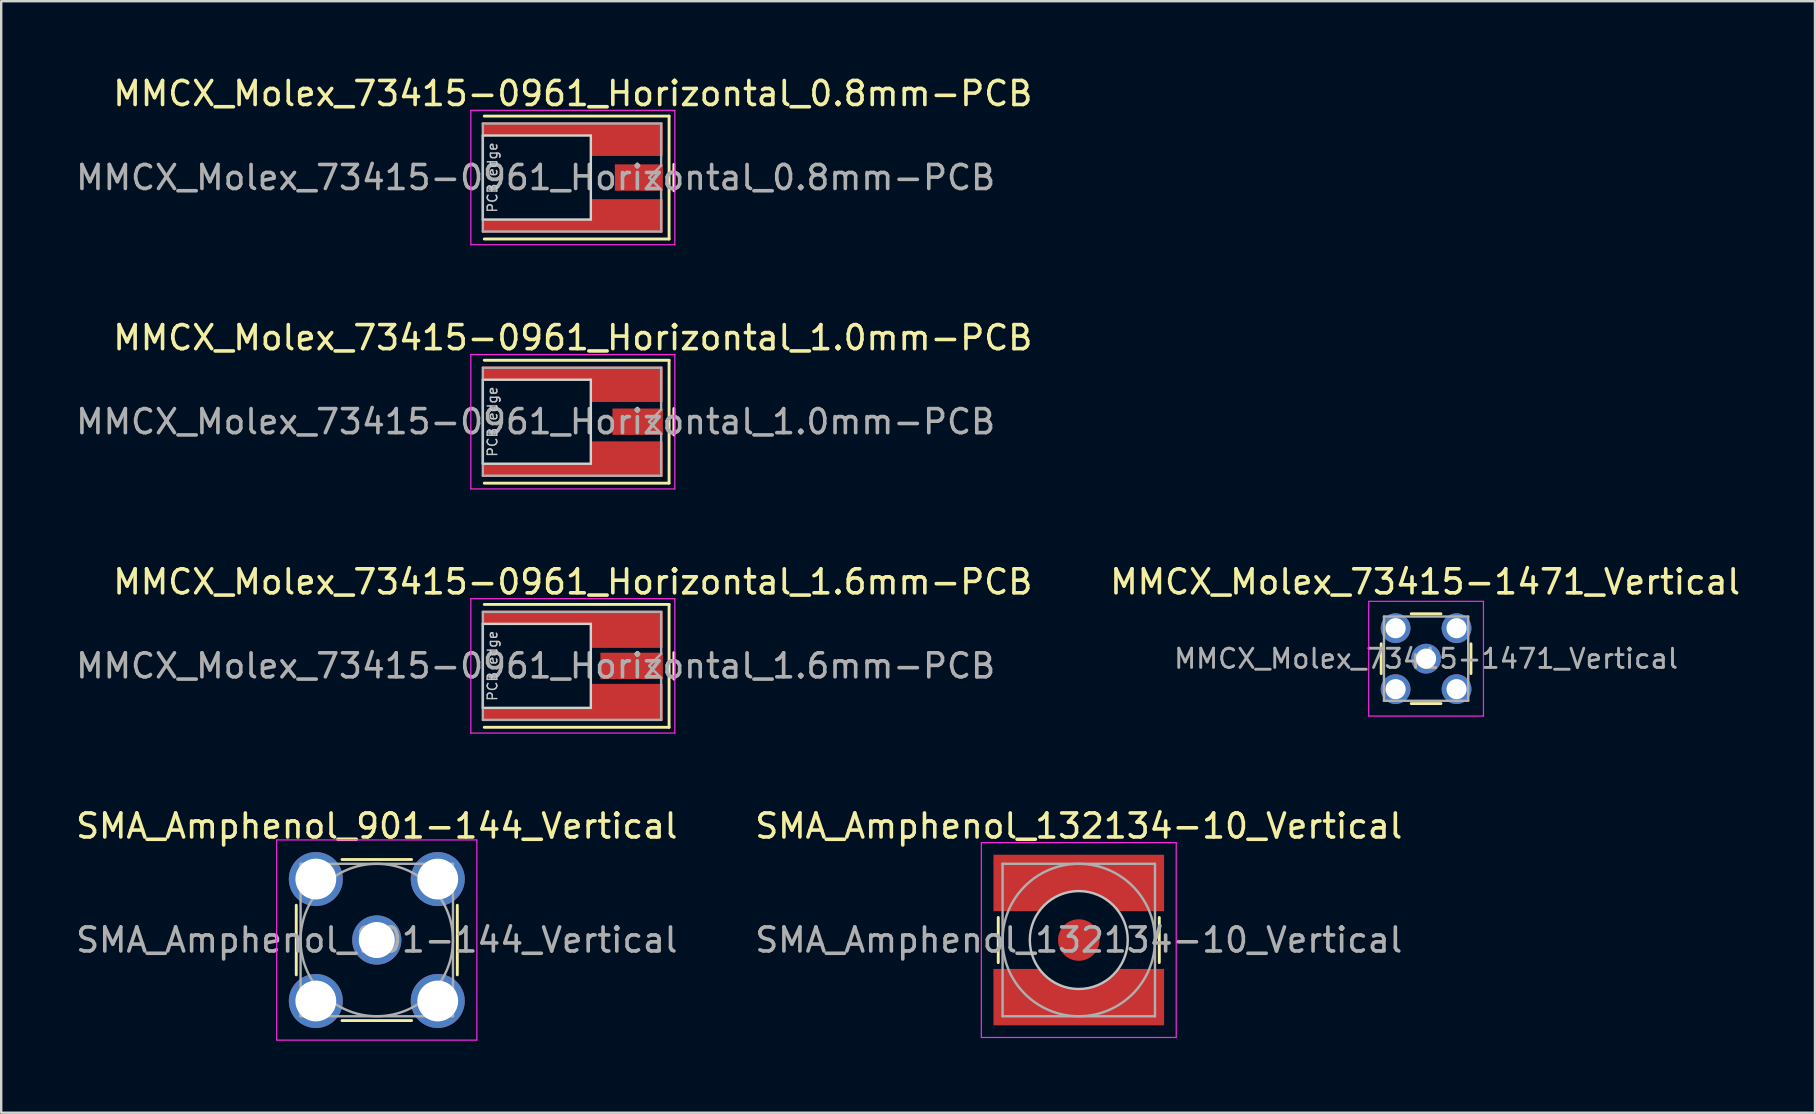
<source format=kicad_pcb>
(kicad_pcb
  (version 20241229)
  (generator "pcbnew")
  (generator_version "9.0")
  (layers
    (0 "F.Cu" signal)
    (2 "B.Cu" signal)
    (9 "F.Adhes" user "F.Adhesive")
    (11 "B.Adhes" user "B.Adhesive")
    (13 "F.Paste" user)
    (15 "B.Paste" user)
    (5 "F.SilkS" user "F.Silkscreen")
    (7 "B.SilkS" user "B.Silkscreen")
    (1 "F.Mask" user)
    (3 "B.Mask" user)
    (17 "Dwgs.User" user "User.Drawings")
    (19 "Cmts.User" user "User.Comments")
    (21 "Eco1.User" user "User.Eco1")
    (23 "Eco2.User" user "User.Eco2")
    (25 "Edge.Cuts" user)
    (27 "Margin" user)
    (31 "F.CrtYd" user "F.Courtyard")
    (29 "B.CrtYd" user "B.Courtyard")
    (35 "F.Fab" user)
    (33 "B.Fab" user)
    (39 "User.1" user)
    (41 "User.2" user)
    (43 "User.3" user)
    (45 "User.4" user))
  (footprint "MMCX_Molex_73415-0961_Horizontal_1.6mm-PCB"
    (layer "F.Cu")
    (at 20.818 24.695)
    (property "Reference" "MMCX_Molex_73415-0961_Horizontal_1.6mm-PCB" (at 0 -3.5 0) (layer "F.SilkS") (effects (font (size 1 1) (thickness 0.15))))
    (attr smd)
    (fp_line (start -3.69 -2.56) (end 4.01 -2.56) (stroke (width 0.12) (type solid)) (layer "F.SilkS"))
    (fp_line (start -3.69 2.56) (end 4.01 2.56) (stroke (width 0.12) (type solid)) (layer "F.SilkS"))
    (fp_line (start 4.01 2.56) (end 4.01 -2.56) (stroke (width 0.12) (type solid)) (layer "F.SilkS"))
    (fp_line (start 4.21 -0.55) (end 4.21 0.55) (stroke (width 0.12) (type solid)) (layer "F.SilkS"))
    (fp_line (start -3.75 1.75) (end -3.75 -1.75) (stroke (width 0.1) (type solid)) (layer "Dwgs.User"))
    (fp_line (start -3.75 1.75) (end 0.75 1.75) (stroke (width 0.1) (type solid)) (layer "Edge.Cuts"))
    (fp_line (start 0.75 -1.75) (end -3.75 -1.75) (stroke (width 0.1) (type solid)) (layer "Edge.Cuts"))
    (fp_line (start 0.75 1.75) (end 0.75 -1.75) (stroke (width 0.1) (type solid)) (layer "Edge.Cuts"))
    (fp_line (start -4.25 -2.8) (end -4.25 2.8) (stroke (width 0.05) (type solid)) (layer "F.CrtYd"))
    (fp_line (start -4.25 -2.8) (end 4.25 -2.8) (stroke (width 0.05) (type solid)) (layer "F.CrtYd"))
    (fp_line (start -4.25 2.8) (end 4.25 2.8) (stroke (width 0.05) (type solid)) (layer "F.CrtYd"))
    (fp_line (start 4.25 -2.8) (end 4.25 2.8) (stroke (width 0.05) (type solid)) (layer "F.CrtYd"))
    (fp_line (start -3.75 -2.25) (end -3.75 2.25) (stroke (width 0.1) (type solid)) (layer "F.Fab"))
    (fp_line (start -3.75 -2.25) (end 3.68 -2.25) (stroke (width 0.1) (type solid)) (layer "F.Fab"))
    (fp_line (start -3.75 2.25) (end 3.68 2.25) (stroke (width 0.1) (type solid)) (layer "F.Fab"))
    (fp_line (start 3.18 0) (end 3.68 -0.5) (stroke (width 0.1) (type solid)) (layer "F.Fab"))
    (fp_line (start 3.18 0) (end 3.68 0.5) (stroke (width 0.1) (type solid)) (layer "F.Fab"))
    (fp_line (start 3.68 -0.5) (end 3.68 -2.25) (stroke (width 0.1) (type solid)) (layer "F.Fab"))
    (fp_line (start 3.68 2.25) (end 3.68 0.5) (stroke (width 0.1) (type solid)) (layer "F.Fab"))
    (fp_text user "PCB edge" (at -3.35 0 90) (layer "Dwgs.User") (effects (font (size 0.4 0.4) (thickness 0.06))))
    (fp_text user "${REFERENCE}" (at -1.55 0 0) (layer "F.Fab") (effects (font (size 1 1) (thickness 0.15))))
    (pad "1" smd rect (at 2.45 0) (size 2.6 1.1) (layers "F.Cu" "F.Mask" "F.Paste"))
    (pad "2" smd custom (at 2.25 -1.525) (size 3 1.55) (layers "F.Cu" "F.Mask" "F.Paste") (options (anchor rect)) (primitives (gr_poly (pts (xy -1.5 -0.225) (xy -6 -0.225) (xy -6 -0.775) (xy -1.5 -0.775)) (width 0) (fill yes))))
    (pad "2" smd custom (at 2.25 1.525) (size 3 1.55) (layers "F.Cu" "F.Mask" "F.Paste") (options (anchor rect)) (primitives (gr_poly (pts (xy -1.5 0.775) (xy -6 0.775) (xy -6 0.225) (xy -1.5 0.225)) (width 0) (fill yes)))))
  (footprint "MMCX_Molex_73415-0961_Horizontal_0.8mm-PCB"
    (layer "F.Cu")
    (at 20.818 4.348)
    (property "Reference" "MMCX_Molex_73415-0961_Horizontal_0.8mm-PCB" (at 0 -3.5 0) (layer "F.SilkS") (effects (font (size 1 1) (thickness 0.15))))
    (attr smd)
    (fp_line (start -3.69 -2.56) (end 4.01 -2.56) (stroke (width 0.12) (type solid)) (layer "F.SilkS"))
    (fp_line (start -3.69 2.56) (end 4.01 2.56) (stroke (width 0.12) (type solid)) (layer "F.SilkS"))
    (fp_line (start 4.01 2.56) (end 4.01 -2.56) (stroke (width 0.12) (type solid)) (layer "F.SilkS"))
    (fp_line (start 4.21 -0.55) (end 4.21 0.55) (stroke (width 0.12) (type solid)) (layer "F.SilkS"))
    (fp_line (start -3.75 1.75) (end -3.75 -1.75) (stroke (width 0.1) (type solid)) (layer "Dwgs.User"))
    (fp_line (start -3.75 1.75) (end 0.75 1.75) (stroke (width 0.1) (type solid)) (layer "Edge.Cuts"))
    (fp_line (start 0.75 -1.75) (end -3.75 -1.75) (stroke (width 0.1) (type solid)) (layer "Edge.Cuts"))
    (fp_line (start 0.75 1.75) (end 0.75 -1.75) (stroke (width 0.1) (type solid)) (layer "Edge.Cuts"))
    (fp_line (start -4.25 -2.8) (end -4.25 2.8) (stroke (width 0.05) (type solid)) (layer "F.CrtYd"))
    (fp_line (start -4.25 -2.8) (end 4.25 -2.8) (stroke (width 0.05) (type solid)) (layer "F.CrtYd"))
    (fp_line (start -4.25 2.8) (end 4.25 2.8) (stroke (width 0.05) (type solid)) (layer "F.CrtYd"))
    (fp_line (start 4.25 -2.8) (end 4.25 2.8) (stroke (width 0.05) (type solid)) (layer "F.CrtYd"))
    (fp_line (start -3.75 -2.25) (end -3.75 2.25) (stroke (width 0.1) (type solid)) (layer "F.Fab"))
    (fp_line (start -3.75 -2.25) (end 3.68 -2.25) (stroke (width 0.1) (type solid)) (layer "F.Fab"))
    (fp_line (start -3.75 2.25) (end 3.68 2.25) (stroke (width 0.1) (type solid)) (layer "F.Fab"))
    (fp_line (start 3.18 0) (end 3.68 -0.5) (stroke (width 0.1) (type solid)) (layer "F.Fab"))
    (fp_line (start 3.18 0) (end 3.68 0.5) (stroke (width 0.1) (type solid)) (layer "F.Fab"))
    (fp_line (start 3.68 -0.5) (end 3.68 -2.25) (stroke (width 0.1) (type solid)) (layer "F.Fab"))
    (fp_line (start 3.68 2.25) (end 3.68 0.5) (stroke (width 0.1) (type solid)) (layer "F.Fab"))
    (fp_text user "PCB edge" (at -3.35 0 90) (layer "Dwgs.User") (effects (font (size 0.4 0.4) (thickness 0.06))))
    (fp_text user "${REFERENCE}" (at -1.55 0 0) (layer "F.Fab") (effects (font (size 1 1) (thickness 0.15))))
    (pad "1" smd rect (at 2.75 0) (size 2 1.1) (layers "F.Cu" "F.Mask" "F.Paste"))
    (pad "2" smd custom (at 2.25 -1.6) (size 3 1.4) (layers "F.Cu" "F.Mask" "F.Paste") (options (anchor rect)) (primitives (gr_poly (pts (xy -1.5 -0.15) (xy -6 -0.15) (xy -6 -0.7) (xy -1.5 -0.7)) (width 0) (fill yes))))
    (pad "2" smd custom (at 2.25 1.6) (size 3 1.4) (layers "F.Cu" "F.Mask" "F.Paste") (options (anchor rect)) (primitives (gr_poly (pts (xy -1.5 0.7) (xy -6 0.7) (xy -6 0.15) (xy -1.5 0.15)) (width 0) (fill yes)))))
  (footprint "SMA_Amphenol_901-144_Vertical"
    (layer "F.Cu")
    (at 12.649 36.118)
    (property "Reference" "SMA_Amphenol_901-144_Vertical" (at 0 -4.75 0) (layer "F.SilkS") (effects (font (size 1 1) (thickness 0.15))))
    (attr through_hole)
    (fp_line (start -3.355 -1.45) (end -3.355 1.45) (stroke (width 0.12) (type solid)) (layer "F.SilkS"))
    (fp_line (start -1.45 -3.355) (end 1.45 -3.355) (stroke (width 0.12) (type solid)) (layer "F.SilkS"))
    (fp_line (start -1.45 3.355) (end 1.45 3.355) (stroke (width 0.12) (type solid)) (layer "F.SilkS"))
    (fp_line (start 3.355 -1.45) (end 3.355 1.45) (stroke (width 0.12) (type solid)) (layer "F.SilkS"))
    (fp_line (start -4.17 -4.17) (end -4.17 4.17) (stroke (width 0.05) (type solid)) (layer "F.CrtYd"))
    (fp_line (start -4.17 -4.17) (end 4.17 -4.17) (stroke (width 0.05) (type solid)) (layer "F.CrtYd"))
    (fp_line (start 4.17 4.17) (end -4.17 4.17) (stroke (width 0.05) (type solid)) (layer "F.CrtYd"))
    (fp_line (start 4.17 4.17) (end 4.17 -4.17) (stroke (width 0.05) (type solid)) (layer "F.CrtYd"))
    (fp_line (start -3.175 -3.175) (end -3.175 3.175) (stroke (width 0.1) (type solid)) (layer "F.Fab"))
    (fp_line (start -3.175 -3.175) (end 3.175 -3.175) (stroke (width 0.1) (type solid)) (layer "F.Fab"))
    (fp_line (start -3.175 3.175) (end 3.175 3.175) (stroke (width 0.1) (type solid)) (layer "F.Fab"))
    (fp_line (start 3.175 -3.175) (end 3.175 3.175) (stroke (width 0.1) (type solid)) (layer "F.Fab"))
    (fp_circle (center 0 0) (end 3.175 0) (stroke (width 0.1) (type solid)) (fill no) (layer "F.Fab"))
    (fp_text user "${REFERENCE}" (at 0 0 0) (layer "F.Fab") (effects (font (size 1 1) (thickness 0.15))))
    (pad "1" thru_hole circle (at 0 0) (size 2.05 2.05) (drill 1.5) (layers "*.Cu" "*.Mask"))
    (pad "2" thru_hole circle (at -2.54 -2.54) (size 2.25 2.25) (drill 1.7) (layers "*.Cu" "*.Mask"))
    (pad "2" thru_hole circle (at -2.54 2.54) (size 2.25 2.25) (drill 1.7) (layers "*.Cu" "*.Mask"))
    (pad "2" thru_hole circle (at 2.54 -2.54) (size 2.25 2.25) (drill 1.7) (layers "*.Cu" "*.Mask"))
    (pad "2" thru_hole circle (at 2.54 2.54) (size 2.25 2.25) (drill 1.7) (layers "*.Cu" "*.Mask")))
  (footprint "SMA_Amphenol_132134-10_Vertical"
    (layer "F.Cu")
    (at 41.899 36.118)
    (property "Reference" "SMA_Amphenol_132134-10_Vertical" (at 0 -4.75 0) (layer "F.SilkS") (effects (font (size 1 1) (thickness 0.15))))
    (attr smd)
    (fp_line (start -3.355 -0.94) (end -3.355 0.94) (stroke (width 0.12) (type solid)) (layer "F.SilkS"))
    (fp_line (start 3.355 -0.94) (end 3.355 0.94) (stroke (width 0.12) (type solid)) (layer "F.SilkS"))
    (fp_circle (center 0 0) (end 2.04 0) (stroke (width 0.1) (type solid)) (fill no) (layer "Dwgs.User"))
    (fp_line (start -4.06 -4.06) (end -4.06 4.06) (stroke (width 0.05) (type solid)) (layer "F.CrtYd"))
    (fp_line (start -4.06 -4.06) (end 4.06 -4.06) (stroke (width 0.05) (type solid)) (layer "F.CrtYd"))
    (fp_line (start 4.06 4.06) (end -4.06 4.06) (stroke (width 0.05) (type solid)) (layer "F.CrtYd"))
    (fp_line (start 4.06 4.06) (end 4.06 -4.06) (stroke (width 0.05) (type solid)) (layer "F.CrtYd"))
    (fp_line (start -3.175 -3.175) (end -3.175 3.175) (stroke (width 0.1) (type solid)) (layer "F.Fab"))
    (fp_line (start -3.175 -3.175) (end 3.175 -3.175) (stroke (width 0.1) (type solid)) (layer "F.Fab"))
    (fp_line (start -3.175 3.175) (end 3.175 3.175) (stroke (width 0.1) (type solid)) (layer "F.Fab"))
    (fp_line (start 3.175 -3.175) (end 3.175 3.175) (stroke (width 0.1) (type solid)) (layer "F.Fab"))
    (fp_circle (center 0 0) (end 3.175 0) (stroke (width 0.1) (type solid)) (fill no) (layer "F.Fab"))
    (fp_text user "${REFERENCE}" (at 0 0 0) (layer "F.Fab") (effects (font (size 1 1) (thickness 0.15))))
    (pad "1" smd circle (at 0 0 90) (size 1.73 1.73) (layers "F.Cu" "F.Mask" "F.Paste"))
    (pad "2" smd custom (at 0 -2.8 180) (size 7.11 1.51) (layers "F.Cu" "F.Mask" "F.Paste") (options (anchor rect)) (primitives (gr_poly (pts (xy -1.5 -1.42) (xy -1.36 -1.28) (xy -1.205 -1.155) (xy -1.035 -1.045) (xy -0.86 -0.95) (xy -0.675 -0.875) (xy -0.48 -0.82) (xy -0.28 -0.78) (xy -0.085 -0.765) (xy 0 -0.765) (xy 0 0.755) (xy -3.555 0.755) (xy -3.555 -1.595) (xy -1.645 -1.595)) (width 0) (fill yes)) (gr_poly (pts (xy 3.555 0.755) (xy 0 0.755) (xy 0 -0.765) (xy 0.085 -0.765) (xy 0.28 -0.78) (xy 0.48 -0.82) (xy 0.675 -0.875) (xy 0.86 -0.95) (xy 1.035 -1.045) (xy 1.205 -1.155) (xy 1.36 -1.28) (xy 1.5 -1.42) (xy 1.645 -1.595) (xy 3.555 -1.595)) (width 0) (fill yes))))
    (pad "2" smd custom (at 0 2.8) (size 7.11 1.51) (layers "F.Cu" "F.Mask" "F.Paste") (options (anchor rect)) (primitives (gr_poly (pts (xy -1.5 -1.42) (xy -1.36 -1.28) (xy -1.205 -1.155) (xy -1.035 -1.045) (xy -0.86 -0.95) (xy -0.675 -0.875) (xy -0.48 -0.82) (xy -0.28 -0.78) (xy -0.085 -0.765) (xy 0 -0.765) (xy 0 0.755) (xy -3.555 0.755) (xy -3.555 -1.595) (xy -1.645 -1.595)) (width 0) (fill yes)) (gr_poly (pts (xy 3.555 0.755) (xy 0 0.755) (xy 0 -0.765) (xy 0.085 -0.765) (xy 0.28 -0.78) (xy 0.48 -0.82) (xy 0.675 -0.875) (xy 0.86 -0.95) (xy 1.035 -1.045) (xy 1.205 -1.155) (xy 1.36 -1.28) (xy 1.5 -1.42) (xy 1.645 -1.595) (xy 3.555 -1.595)) (width 0) (fill yes)))))
  (footprint "MMCX_Molex_73415-1471_Vertical"
    (layer "F.Cu")
    (at 56.37 24.395)
    (property "Reference" "MMCX_Molex_73415-1471_Vertical" (at -0.04 -3.2 0) (layer "F.SilkS") (effects (font (size 1 1) (thickness 0.15))))
    (attr through_hole)
    (fp_line (start -1.87 0.62) (end -1.87 -0.62) (stroke (width 0.12) (type solid)) (layer "F.SilkS"))
    (fp_line (start 0.62 -1.87) (end -0.62 -1.87) (stroke (width 0.12) (type solid)) (layer "F.SilkS"))
    (fp_line (start 0.62 1.87) (end -0.62 1.87) (stroke (width 0.12) (type solid)) (layer "F.SilkS"))
    (fp_line (start 1.87 0.62) (end 1.87 -0.62) (stroke (width 0.12) (type solid)) (layer "F.SilkS"))
    (fp_line (start -2.39 -2.39) (end 2.39 -2.39) (stroke (width 0.05) (type solid)) (layer "F.CrtYd"))
    (fp_line (start -2.39 2.39) (end -2.39 -2.39) (stroke (width 0.05) (type solid)) (layer "F.CrtYd"))
    (fp_line (start -2.39 2.39) (end 2.39 2.39) (stroke (width 0.05) (type solid)) (layer "F.CrtYd"))
    (fp_line (start 2.39 2.39) (end 2.39 -2.39) (stroke (width 0.05) (type solid)) (layer "F.CrtYd"))
    (fp_line (start -1.755 -1.755) (end -1.755 1.755) (stroke (width 0.1) (type solid)) (layer "F.Fab"))
    (fp_line (start -1.755 -1.755) (end 1.755 -1.755) (stroke (width 0.1) (type solid)) (layer "F.Fab"))
    (fp_line (start -1.755 1.755) (end 1.755 1.755) (stroke (width 0.1) (type solid)) (layer "F.Fab"))
    (fp_line (start 1.755 -1.755) (end 1.755 1.755) (stroke (width 0.1) (type solid)) (layer "F.Fab"))
    (fp_text user "${REFERENCE}" (at 0 0 0) (layer "F.Fab") (effects (font (size 0.8 0.8) (thickness 0.12))))
    (pad "1" thru_hole circle (at 0 0) (size 1.24 1.24) (drill 0.84) (layers "*.Cu" "*.Mask"))
    (pad "2" thru_hole circle (at -1.27 -1.27) (size 1.24 1.24) (drill 0.84) (layers "*.Cu" "*.Mask"))
    (pad "2" thru_hole circle (at -1.27 1.27) (size 1.24 1.24) (drill 0.84) (layers "*.Cu" "*.Mask"))
    (pad "2" thru_hole circle (at 1.27 -1.27) (size 1.24 1.24) (drill 0.84) (layers "*.Cu" "*.Mask"))
    (pad "2" thru_hole circle (at 1.27 1.27) (size 1.24 1.24) (drill 0.84) (layers "*.Cu" "*.Mask")))
  (footprint "MMCX_Molex_73415-0961_Horizontal_1.0mm-PCB"
    (layer "F.Cu")
    (at 20.818 14.521)
    (property "Reference" "MMCX_Molex_73415-0961_Horizontal_1.0mm-PCB" (at 0 -3.5 0) (layer "F.SilkS") (effects (font (size 1 1) (thickness 0.15))))
    (attr smd)
    (fp_line (start -3.69 -2.56) (end 4.01 -2.56) (stroke (width 0.12) (type solid)) (layer "F.SilkS"))
    (fp_line (start -3.69 2.56) (end 4.01 2.56) (stroke (width 0.12) (type solid)) (layer "F.SilkS"))
    (fp_line (start 4.01 2.56) (end 4.01 -2.56) (stroke (width 0.12) (type solid)) (layer "F.SilkS"))
    (fp_line (start 4.21 -0.55) (end 4.21 0.55) (stroke (width 0.12) (type solid)) (layer "F.SilkS"))
    (fp_line (start -3.75 1.75) (end -3.75 -1.75) (stroke (width 0.1) (type solid)) (layer "Dwgs.User"))
    (fp_line (start -3.75 1.75) (end 0.75 1.75) (stroke (width 0.1) (type solid)) (layer "Edge.Cuts"))
    (fp_line (start 0.75 -1.75) (end -3.75 -1.75) (stroke (width 0.1) (type solid)) (layer "Edge.Cuts"))
    (fp_line (start 0.75 1.75) (end 0.75 -1.75) (stroke (width 0.1) (type solid)) (layer "Edge.Cuts"))
    (fp_line (start -4.25 -2.8) (end -4.25 2.8) (stroke (width 0.05) (type solid)) (layer "F.CrtYd"))
    (fp_line (start -4.25 -2.8) (end 4.25 -2.8) (stroke (width 0.05) (type solid)) (layer "F.CrtYd"))
    (fp_line (start -4.25 2.8) (end 4.25 2.8) (stroke (width 0.05) (type solid)) (layer "F.CrtYd"))
    (fp_line (start 4.25 -2.8) (end 4.25 2.8) (stroke (width 0.05) (type solid)) (layer "F.CrtYd"))
    (fp_line (start -3.75 -2.25) (end -3.75 2.25) (stroke (width 0.1) (type solid)) (layer "F.Fab"))
    (fp_line (start -3.75 -2.25) (end 3.68 -2.25) (stroke (width 0.1) (type solid)) (layer "F.Fab"))
    (fp_line (start -3.75 2.25) (end 3.68 2.25) (stroke (width 0.1) (type solid)) (layer "F.Fab"))
    (fp_line (start 3.18 0) (end 3.68 -0.5) (stroke (width 0.1) (type solid)) (layer "F.Fab"))
    (fp_line (start 3.18 0) (end 3.68 0.5) (stroke (width 0.1) (type solid)) (layer "F.Fab"))
    (fp_line (start 3.68 -0.5) (end 3.68 -2.25) (stroke (width 0.1) (type solid)) (layer "F.Fab"))
    (fp_line (start 3.68 2.25) (end 3.68 0.5) (stroke (width 0.1) (type solid)) (layer "F.Fab"))
    (fp_text user "PCB edge" (at -3.35 0 90) (layer "Dwgs.User") (effects (font (size 0.4 0.4) (thickness 0.06))))
    (fp_text user "${REFERENCE}" (at -1.55 0 0) (layer "F.Fab") (effects (font (size 1 1) (thickness 0.15))))
    (pad "1" smd rect (at 2.7 0) (size 2.1 1.1) (layers "F.Cu" "F.Mask" "F.Paste"))
    (pad "2" smd custom (at 2.25 -1.56) (size 3 1.48) (layers "F.Cu" "F.Mask" "F.Paste") (options (anchor rect)) (primitives (gr_poly (pts (xy -1.5 -0.19) (xy -6 -0.19) (xy -6 -0.74) (xy -1.5 -0.74)) (width 0) (fill yes))))
    (pad "2" smd custom (at 2.25 1.56) (size 3 1.48) (layers "F.Cu" "F.Mask" "F.Paste") (options (anchor rect)) (primitives (gr_poly (pts (xy -1.5 0.74) (xy -6 0.74) (xy -6 0.19) (xy -1.5 0.19)) (width 0) (fill yes)))))
  (gr_rect
    (start -3 -3)
    (end 72.574 43.313)
    (stroke (width 0.1) (type default))
    (fill no)
    (layer "Edge.Cuts")))
</source>
